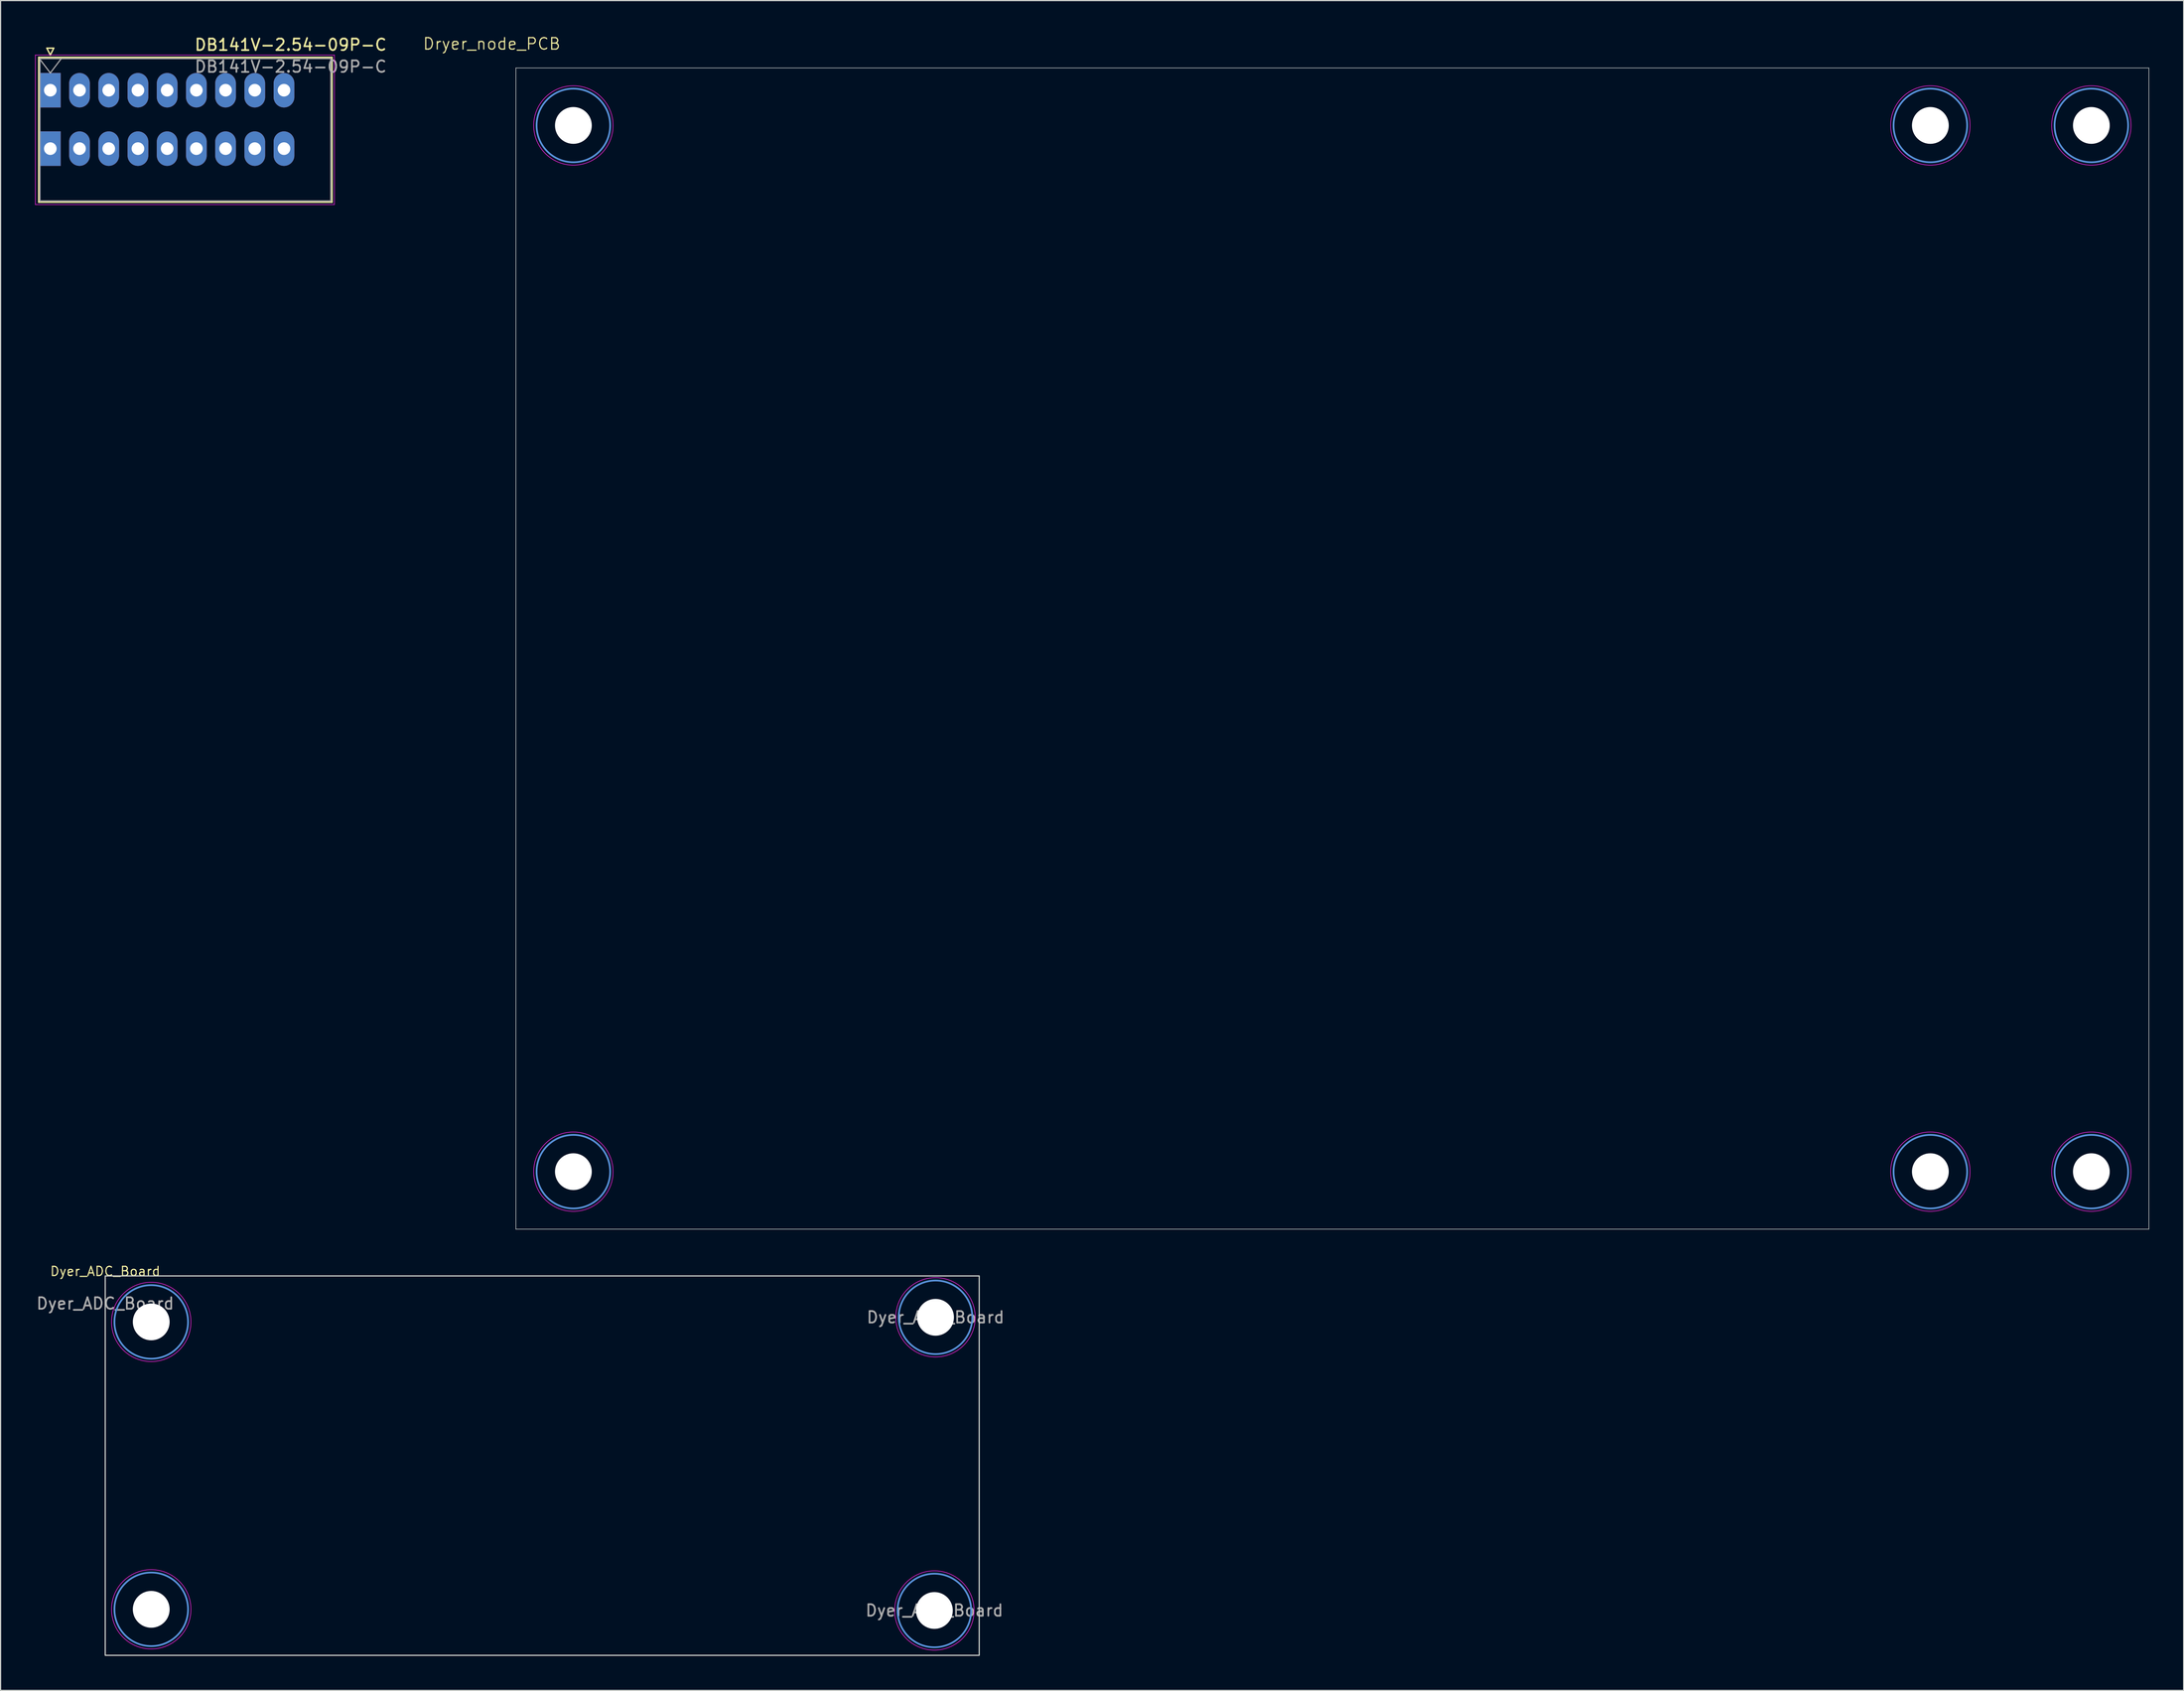
<source format=kicad_pcb>
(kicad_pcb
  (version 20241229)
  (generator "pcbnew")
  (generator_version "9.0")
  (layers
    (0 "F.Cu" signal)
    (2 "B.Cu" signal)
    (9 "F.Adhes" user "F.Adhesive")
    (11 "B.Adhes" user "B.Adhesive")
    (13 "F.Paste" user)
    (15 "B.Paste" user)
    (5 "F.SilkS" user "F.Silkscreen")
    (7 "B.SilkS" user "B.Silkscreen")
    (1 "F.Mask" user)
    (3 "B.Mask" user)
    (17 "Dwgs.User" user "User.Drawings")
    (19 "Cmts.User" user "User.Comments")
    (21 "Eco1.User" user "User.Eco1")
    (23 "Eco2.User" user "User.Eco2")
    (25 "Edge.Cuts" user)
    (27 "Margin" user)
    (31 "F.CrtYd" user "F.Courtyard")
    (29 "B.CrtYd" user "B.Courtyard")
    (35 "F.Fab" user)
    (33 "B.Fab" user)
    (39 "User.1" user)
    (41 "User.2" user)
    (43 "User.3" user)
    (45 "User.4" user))
  (footprint "DB141V-2.54-09P-C"
    (layer "F.Cu")
    (at 1.325 4.798)
    (property "Reference" "DB141V-2.54-09P-C" (at 20.9 -3.95 0) (layer "F.SilkS") (effects (font (size 1 1) (thickness 0.15))))
    (attr through_hole)
    (fp_line (start -1.01 -2.86) (end 24.5 -2.86) (stroke (width 0.12) (type solid)) (layer "F.SilkS"))
    (fp_line (start -1.01 9.74) (end -1.01 -2.86) (stroke (width 0.12) (type solid)) (layer "F.SilkS"))
    (fp_line (start -0.3 -3.66) (end 0 -3.06) (stroke (width 0.12) (type solid)) (layer "F.SilkS"))
    (fp_line (start -0.3 -3.66) (end 0.3 -3.66) (stroke (width 0.12) (type solid)) (layer "F.SilkS"))
    (fp_line (start 0.3 -3.66) (end 0 -3.06) (stroke (width 0.12) (type solid)) (layer "F.SilkS"))
    (fp_line (start 24.5 -2.86) (end 24.5 9.74) (stroke (width 0.12) (type solid)) (layer "F.SilkS"))
    (fp_line (start 24.5 9.74) (end -1.01 9.74) (stroke (width 0.12) (type solid)) (layer "F.SilkS"))
    (fp_line (start -1.3 -3.06) (end -1.3 9.94) (stroke (width 0.05) (type solid)) (layer "F.CrtYd"))
    (fp_line (start -1.3 9.94) (end 24.7 9.94) (stroke (width 0.05) (type solid)) (layer "F.CrtYd"))
    (fp_line (start 24.7 -3.06) (end -1.3 -3.06) (stroke (width 0.05) (type solid)) (layer "F.CrtYd"))
    (fp_line (start 24.7 9.94) (end 24.7 -3.06) (stroke (width 0.05) (type solid)) (layer "F.CrtYd"))
    (fp_line (start -0.95 -2.75) (end 0 -1.5) (stroke (width 0.1) (type solid)) (layer "F.Fab"))
    (fp_line (start -0.9 -2.75) (end -0.9 9.63) (stroke (width 0.1) (type solid)) (layer "F.Fab"))
    (fp_line (start -0.9 9.63) (end 24.39 9.63) (stroke (width 0.1) (type solid)) (layer "F.Fab"))
    (fp_line (start 0.95 -2.75) (end 0 -1.5) (stroke (width 0.1) (type solid)) (layer "F.Fab"))
    (fp_line (start 24.39 -2.75) (end -0.9 -2.75) (stroke (width 0.1) (type solid)) (layer "F.Fab"))
    (fp_line (start 24.39 9.63) (end 24.39 -2.75) (stroke (width 0.1) (type solid)) (layer "F.Fab"))
    (fp_text user "${REFERENCE}" (at 20.9 -2.05 0) (layer "F.Fab") (effects (font (size 1 1) (thickness 0.15))))
    (pad "1" thru_hole rect (at 0 0) (size 1.8 3) (drill 1.1) (layers "*.Cu" "*.Mask"))
    (pad "1" thru_hole rect (at 0 5.08) (size 1.8 3) (drill 1.1) (layers "*.Cu" "*.Mask"))
    (pad "2" thru_hole oval (at 2.54 0) (size 1.8 3) (drill 1.1) (layers "*.Cu" "*.Mask"))
    (pad "2" thru_hole oval (at 2.54 5.08) (size 1.8 3) (drill 1.1) (layers "*.Cu" "*.Mask"))
    (pad "3" thru_hole oval (at 5.08 0) (size 1.8 3) (drill 1.1) (layers "*.Cu" "*.Mask"))
    (pad "3" thru_hole oval (at 5.08 5.08) (size 1.8 3) (drill 1.1) (layers "*.Cu" "*.Mask"))
    (pad "4" thru_hole oval (at 7.62 0) (size 1.8 3) (drill 1.1) (layers "*.Cu" "*.Mask"))
    (pad "4" thru_hole oval (at 7.62 5.08) (size 1.8 3) (drill 1.1) (layers "*.Cu" "*.Mask"))
    (pad "5" thru_hole oval (at 10.16 0) (size 1.8 3) (drill 1.1) (layers "*.Cu" "*.Mask"))
    (pad "5" thru_hole oval (at 10.16 5.08) (size 1.8 3) (drill 1.1) (layers "*.Cu" "*.Mask"))
    (pad "6" thru_hole oval (at 12.7 0) (size 1.8 3) (drill 1.1) (layers "*.Cu" "*.Mask"))
    (pad "6" thru_hole oval (at 12.7 5.08) (size 1.8 3) (drill 1.1) (layers "*.Cu" "*.Mask"))
    (pad "7" thru_hole oval (at 15.24 0) (size 1.8 3) (drill 1.1) (layers "*.Cu" "*.Mask"))
    (pad "7" thru_hole oval (at 15.24 5.08) (size 1.8 3) (drill 1.1) (layers "*.Cu" "*.Mask"))
    (pad "8" thru_hole oval (at 17.78 0) (size 1.8 3) (drill 1.1) (layers "*.Cu" "*.Mask"))
    (pad "8" thru_hole oval (at 17.78 5.08) (size 1.8 3) (drill 1.1) (layers "*.Cu" "*.Mask"))
    (pad "9" thru_hole oval (at 20.32 0) (size 1.8 3) (drill 1.1) (layers "*.Cu" "*.Mask"))
    (pad "9" thru_hole oval (at 20.32 5.08) (size 1.8 3) (drill 1.1) (layers "*.Cu" "*.Mask")))
  (footprint "Dyer_ADC_Board"
    (layer "F.Cu")
    (at 6.101 107.929)
    (property "Reference" "Dyer_ADC_Board" (at 0 -0.4 0) (unlocked yes) (layer "F.SilkS") (effects (font (size 0.8 0.8) (thickness 0.1))))
    (attr smd)
    (fp_circle (center 4 4) (end 7.2 4) (stroke (width 0.15) (type solid)) (fill no) (layer "Cmts.User"))
    (fp_circle (center 4 29) (end 7.2 29) (stroke (width 0.15) (type solid)) (fill no) (layer "Cmts.User"))
    (fp_circle (center 72.1 29.1) (end 75.3 29.1) (stroke (width 0.15) (type solid)) (fill no) (layer "Cmts.User"))
    (fp_circle (center 72.2 3.6) (end 75.4 3.6) (stroke (width 0.15) (type solid)) (fill no) (layer "Cmts.User"))
    (fp_rect (start 0 0) (end 76 33) (stroke (width 0.1) (type default)) (fill no) (layer "Edge.Cuts"))
    (fp_circle (center 4 4) (end 7.45 4) (stroke (width 0.05) (type solid)) (fill no) (layer "F.CrtYd"))
    (fp_circle (center 4 29) (end 7.45 29) (stroke (width 0.05) (type solid)) (fill no) (layer "F.CrtYd"))
    (fp_circle (center 72.1 29.1) (end 75.55 29.1) (stroke (width 0.05) (type solid)) (fill no) (layer "F.CrtYd"))
    (fp_circle (center 72.2 3.6) (end 75.65 3.6) (stroke (width 0.05) (type solid)) (fill no) (layer "F.CrtYd"))
    (fp_text user "${REFERENCE}" (at 72.1 29.1 0) (layer "F.Fab") (effects (font (size 1 1) (thickness 0.15))))
    (fp_text user "${REFERENCE}" (at 0 2.4 0) (unlocked yes) (layer "F.Fab") (effects (font (size 1 1) (thickness 0.15))))
    (fp_text user "${REFERENCE}" (at 72.2 3.6 0) (layer "F.Fab") (effects (font (size 1 1) (thickness 0.15))))
    (pad "" np_thru_hole circle (at 4 4) (size 3.2 3.2) (drill 3.2) (layers "*.Cu" "*.Mask"))
    (pad "" np_thru_hole circle (at 4 29) (size 3.2 3.2) (drill 3.2) (layers "*.Cu" "*.Mask"))
    (pad "" np_thru_hole circle (at 72.1 29.1) (size 3.2 3.2) (drill 3.2) (layers "*.Cu" "*.Mask"))
    (pad "" np_thru_hole circle (at 72.2 3.6) (size 3.2 3.2) (drill 3.2) (layers "*.Cu" "*.Mask")))
  (footprint "Dryer_node_PCB"
    (layer "F.Cu")
    (at 41.81 2.861)
    (property "Reference" "Dryer_node_PCB" (at -2.1 -2.1 0) (unlocked yes) (layer "F.SilkS") (effects (font (size 1 1) (thickness 0.1))))
    (attr smd)
    (fp_circle (center 5 5) (end 8.2 5) (stroke (width 0.15) (type solid)) (fill no) (layer "Cmts.User"))
    (fp_circle (center 5 96) (end 8.2 96) (stroke (width 0.15) (type solid)) (fill no) (layer "Cmts.User"))
    (fp_circle (center 123 5) (end 126.2 5) (stroke (width 0.15) (type solid)) (fill no) (layer "Cmts.User"))
    (fp_circle (center 123 96) (end 126.2 96) (stroke (width 0.15) (type solid)) (fill no) (layer "Cmts.User"))
    (fp_circle (center 137 5) (end 140.2 5) (stroke (width 0.15) (type solid)) (fill no) (layer "Cmts.User"))
    (fp_circle (center 137 96) (end 140.2 96) (stroke (width 0.15) (type solid)) (fill no) (layer "Cmts.User"))
    (fp_line (start 0 0) (end 142 0) (stroke (width 0.05) (type solid)) (layer "Edge.Cuts"))
    (fp_line (start 0 101) (end 0 0) (stroke (width 0.05) (type solid)) (layer "Edge.Cuts"))
    (fp_line (start 142 0) (end 142 101) (stroke (width 0.05) (type solid)) (layer "Edge.Cuts"))
    (fp_line (start 142 101) (end 0 101) (stroke (width 0.05) (type solid)) (layer "Edge.Cuts"))
    (fp_circle (center 5 5) (end 8.45 5) (stroke (width 0.05) (type solid)) (fill no) (layer "F.CrtYd"))
    (fp_circle (center 5 96) (end 8.45 96) (stroke (width 0.05) (type solid)) (fill no) (layer "F.CrtYd"))
    (fp_circle (center 123 5) (end 126.45 5) (stroke (width 0.05) (type solid)) (fill no) (layer "F.CrtYd"))
    (fp_circle (center 123 96) (end 126.45 96) (stroke (width 0.05) (type solid)) (fill no) (layer "F.CrtYd"))
    (fp_circle (center 137 5) (end 140.45 5) (stroke (width 0.05) (type solid)) (fill no) (layer "F.CrtYd"))
    (fp_circle (center 137 96) (end 140.45 96) (stroke (width 0.05) (type solid)) (fill no) (layer "F.CrtYd"))
    (pad "" np_thru_hole circle (at 5 5) (size 3.2 3.2) (drill 3.2) (layers "*.Cu" "*.Mask"))
    (pad "" np_thru_hole circle (at 5 96) (size 3.2 3.2) (drill 3.2) (layers "*.Cu" "*.Mask"))
    (pad "" np_thru_hole circle (at 123 5) (size 3.2 3.2) (drill 3.2) (layers "*.Cu" "*.Mask"))
    (pad "" np_thru_hole circle (at 123 96) (size 3.2 3.2) (drill 3.2) (layers "*.Cu" "*.Mask"))
    (pad "" np_thru_hole circle (at 137 5) (size 3.2 3.2) (drill 3.2) (layers "*.Cu" "*.Mask"))
    (pad "" np_thru_hole circle (at 137 96) (size 3.2 3.2) (drill 3.2) (layers "*.Cu" "*.Mask")))
  (gr_rect
    (start -3 -3)
    (end 186.835 143.979)
    (stroke (width 0.1) (type default))
    (fill no)
    (layer "Edge.Cuts")))
</source>
